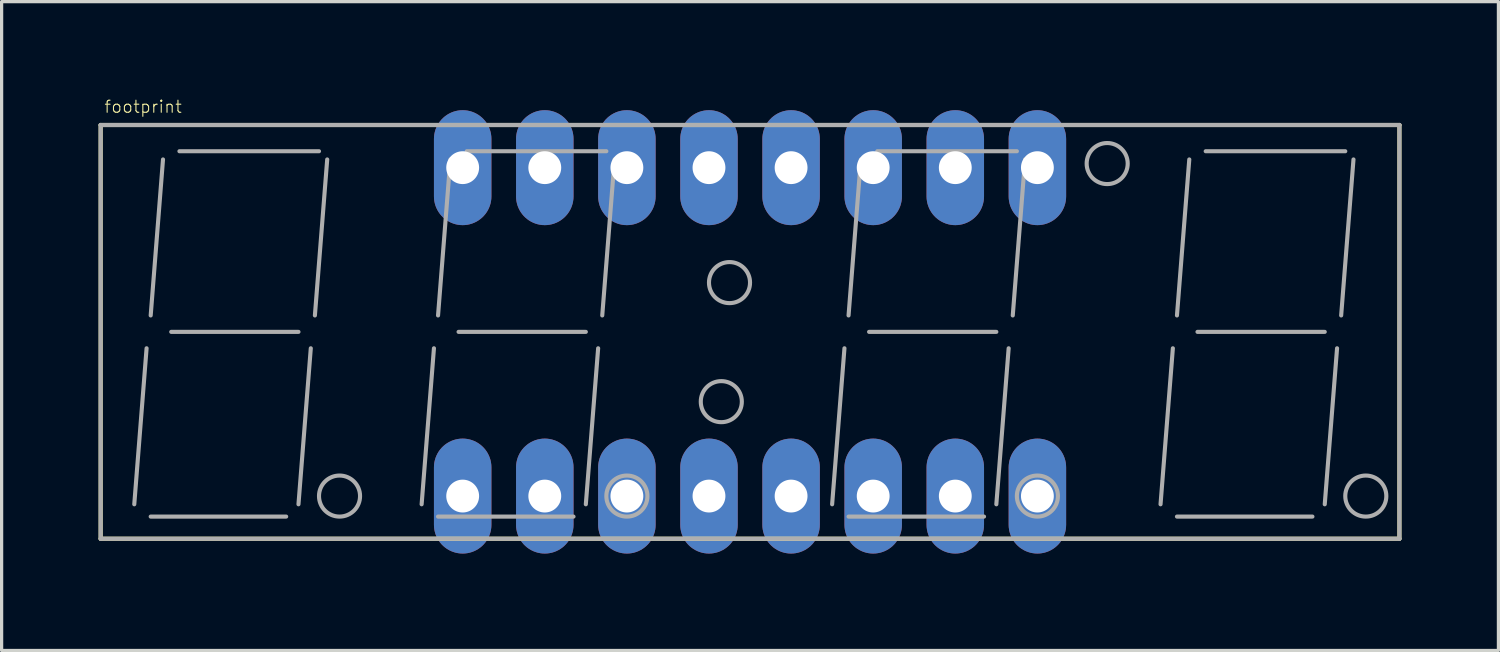
<source format=kicad_pcb>
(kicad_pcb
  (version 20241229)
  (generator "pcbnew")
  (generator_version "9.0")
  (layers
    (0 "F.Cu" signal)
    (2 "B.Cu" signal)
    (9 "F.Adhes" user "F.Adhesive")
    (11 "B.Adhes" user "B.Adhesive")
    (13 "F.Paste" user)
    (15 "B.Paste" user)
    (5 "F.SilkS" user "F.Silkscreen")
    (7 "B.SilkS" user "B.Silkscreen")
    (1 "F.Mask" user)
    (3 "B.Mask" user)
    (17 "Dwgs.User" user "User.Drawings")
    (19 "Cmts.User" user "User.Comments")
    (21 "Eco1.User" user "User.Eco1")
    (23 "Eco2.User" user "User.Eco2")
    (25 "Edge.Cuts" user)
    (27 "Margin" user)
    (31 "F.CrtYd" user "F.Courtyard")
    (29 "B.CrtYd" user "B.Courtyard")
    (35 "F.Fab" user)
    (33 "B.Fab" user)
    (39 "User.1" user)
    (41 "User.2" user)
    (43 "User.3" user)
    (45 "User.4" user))
  (footprint "footprint"
    (layer "F.Cu")
    (at 20.154 7.217)
    (property "Reference" "footprint" (at -20 -6.746 0) (layer "F.SilkS") (effects (font (size 0.374 0.374) (thickness 0.033)) (justify left bottom)))
    (fp_line (start -20.09 -6.4) (end -20.09 6.4) (stroke (width 0.127) (type solid)) (layer "F.SilkS"))
    (fp_line (start -20.09 -6.4) (end 20.09 -6.4) (stroke (width 0.127) (type solid)) (layer "F.SilkS"))
    (fp_line (start -20.09 6.4) (end 20.09 6.4) (stroke (width 0.127) (type solid)) (layer "F.SilkS"))
    (fp_line (start 20.09 -6.4) (end 20.09 6.4) (stroke (width 0.127) (type solid)) (layer "F.SilkS"))
    (fp_line (start -20.09 -6.4) (end -20.09 6.4) (stroke (width 0.127) (type solid)) (layer "F.Fab"))
    (fp_line (start -20.09 -6.4) (end 20.09 -6.4) (stroke (width 0.127) (type solid)) (layer "F.Fab"))
    (fp_line (start -20.09 6.4) (end 20.09 6.4) (stroke (width 0.127) (type solid)) (layer "F.Fab"))
    (fp_line (start -18.669 0.508) (end -19.05 5.334) (stroke (width 0.127) (type solid)) (layer "F.Fab"))
    (fp_line (start -18.542 5.715) (end -14.351 5.715) (stroke (width 0.127) (type solid)) (layer "F.Fab"))
    (fp_line (start -18.161 -5.334) (end -18.542 -0.508) (stroke (width 0.127) (type solid)) (layer "F.Fab"))
    (fp_line (start -17.907 0) (end -13.97 0) (stroke (width 0.127) (type solid)) (layer "F.Fab"))
    (fp_line (start -17.653 -5.588) (end -13.335 -5.588) (stroke (width 0.127) (type solid)) (layer "F.Fab"))
    (fp_line (start -13.589 0.508) (end -13.97 5.334) (stroke (width 0.127) (type solid)) (layer "F.Fab"))
    (fp_line (start -13.081 -5.334) (end -13.462 -0.508) (stroke (width 0.127) (type solid)) (layer "F.Fab"))
    (fp_line (start -9.779 0.508) (end -10.16 5.334) (stroke (width 0.127) (type solid)) (layer "F.Fab"))
    (fp_line (start -9.652 5.715) (end -5.461 5.715) (stroke (width 0.127) (type solid)) (layer "F.Fab"))
    (fp_line (start -9.271 -5.334) (end -9.652 -0.508) (stroke (width 0.127) (type solid)) (layer "F.Fab"))
    (fp_line (start -9.017 0) (end -5.08 0) (stroke (width 0.127) (type solid)) (layer "F.Fab"))
    (fp_line (start -8.763 -5.588) (end -4.445 -5.588) (stroke (width 0.127) (type solid)) (layer "F.Fab"))
    (fp_line (start -4.699 0.508) (end -5.08 5.334) (stroke (width 0.127) (type solid)) (layer "F.Fab"))
    (fp_line (start -4.191 -5.334) (end -4.572 -0.508) (stroke (width 0.127) (type solid)) (layer "F.Fab"))
    (fp_line (start 2.921 0.508) (end 2.54 5.334) (stroke (width 0.127) (type solid)) (layer "F.Fab"))
    (fp_line (start 3.048 5.715) (end 7.239 5.715) (stroke (width 0.127) (type solid)) (layer "F.Fab"))
    (fp_line (start 3.429 -5.334) (end 3.048 -0.508) (stroke (width 0.127) (type solid)) (layer "F.Fab"))
    (fp_line (start 3.683 0) (end 7.62 0) (stroke (width 0.127) (type solid)) (layer "F.Fab"))
    (fp_line (start 3.937 -5.588) (end 8.255 -5.588) (stroke (width 0.127) (type solid)) (layer "F.Fab"))
    (fp_line (start 8.001 0.508) (end 7.62 5.334) (stroke (width 0.127) (type solid)) (layer "F.Fab"))
    (fp_line (start 8.509 -5.334) (end 8.128 -0.508) (stroke (width 0.127) (type solid)) (layer "F.Fab"))
    (fp_line (start 13.081 0.508) (end 12.7 5.334) (stroke (width 0.127) (type solid)) (layer "F.Fab"))
    (fp_line (start 13.208 5.715) (end 17.399 5.715) (stroke (width 0.127) (type solid)) (layer "F.Fab"))
    (fp_line (start 13.589 -5.334) (end 13.208 -0.508) (stroke (width 0.127) (type solid)) (layer "F.Fab"))
    (fp_line (start 13.843 0) (end 17.78 0) (stroke (width 0.127) (type solid)) (layer "F.Fab"))
    (fp_line (start 14.097 -5.588) (end 18.415 -5.588) (stroke (width 0.127) (type solid)) (layer "F.Fab"))
    (fp_line (start 18.161 0.508) (end 17.78 5.334) (stroke (width 0.127) (type solid)) (layer "F.Fab"))
    (fp_line (start 18.669 -5.334) (end 18.288 -0.508) (stroke (width 0.127) (type solid)) (layer "F.Fab"))
    (fp_line (start 20.09 -6.4) (end 20.09 6.4) (stroke (width 0.127) (type solid)) (layer "F.Fab"))
    (fp_circle (center -12.7 5.08) (end -12.065 5.08) (stroke (width 0.127) (type solid)) (fill no) (layer "F.Fab"))
    (fp_circle (center -3.81 5.08) (end -3.175 5.08) (stroke (width 0.127) (type solid)) (fill no) (layer "F.Fab"))
    (fp_circle (center -0.889 2.159) (end -0.254 2.159) (stroke (width 0.127) (type solid)) (fill no) (layer "F.Fab"))
    (fp_circle (center -0.635 -1.524) (end 0 -1.524) (stroke (width 0.127) (type solid)) (fill no) (layer "F.Fab"))
    (fp_circle (center 8.89 5.08) (end 9.525 5.08) (stroke (width 0.127) (type solid)) (fill no) (layer "F.Fab"))
    (fp_circle (center 11.049 -5.207) (end 11.684 -5.207) (stroke (width 0.127) (type solid)) (fill no) (layer "F.Fab"))
    (fp_circle (center 19.05 5.08) (end 19.685 5.08) (stroke (width 0.127) (type solid)) (fill no) (layer "F.Fab"))
    (pad "1" thru_hole oval (at -8.89 5.08 90) (size 3.556 1.778) (drill 1.016) (layers "*.Cu" "*.Mask"))
    (pad "2" thru_hole oval (at -6.35 5.08 90) (size 3.556 1.778) (drill 1.016) (layers "*.Cu" "*.Mask"))
    (pad "3" thru_hole oval (at -3.81 5.08 90) (size 3.556 1.778) (drill 1.016) (layers "*.Cu" "*.Mask"))
    (pad "4" thru_hole oval (at -1.27 5.08 90) (size 3.556 1.778) (drill 1.016) (layers "*.Cu" "*.Mask"))
    (pad "5" thru_hole oval (at 1.27 5.08 90) (size 3.556 1.778) (drill 1.016) (layers "*.Cu" "*.Mask"))
    (pad "6" thru_hole oval (at 3.81 5.08 90) (size 3.556 1.778) (drill 1.016) (layers "*.Cu" "*.Mask"))
    (pad "7" thru_hole oval (at 6.35 5.08 90) (size 3.556 1.778) (drill 1.016) (layers "*.Cu" "*.Mask"))
    (pad "8" thru_hole oval (at 8.89 5.08 90) (size 3.556 1.778) (drill 1.016) (layers "*.Cu" "*.Mask"))
    (pad "9" thru_hole oval (at 8.89 -5.08 90) (size 3.556 1.778) (drill 1.016) (layers "*.Cu" "*.Mask"))
    (pad "10" thru_hole oval (at 6.35 -5.08 90) (size 3.556 1.778) (drill 1.016) (layers "*.Cu" "*.Mask"))
    (pad "11" thru_hole oval (at 3.81 -5.08 90) (size 3.556 1.778) (drill 1.016) (layers "*.Cu" "*.Mask"))
    (pad "12" thru_hole oval (at 1.27 -5.08 90) (size 3.556 1.778) (drill 1.016) (layers "*.Cu" "*.Mask"))
    (pad "13" thru_hole oval (at -1.27 -5.08 90) (size 3.556 1.778) (drill 1.016) (layers "*.Cu" "*.Mask"))
    (pad "14" thru_hole oval (at -3.81 -5.08 90) (size 3.556 1.778) (drill 1.016) (layers "*.Cu" "*.Mask"))
    (pad "15" thru_hole oval (at -6.35 -5.08 90) (size 3.556 1.778) (drill 1.016) (layers "*.Cu" "*.Mask"))
    (pad "16" thru_hole oval (at -8.89 -5.08 90) (size 3.556 1.778) (drill 1.016) (layers "*.Cu" "*.Mask")))
  (gr_rect
    (start -3 -3)
    (end 43.307 17.075)
    (stroke (width 0.1) (type default))
    (fill no)
    (layer "Edge.Cuts")))
</source>
